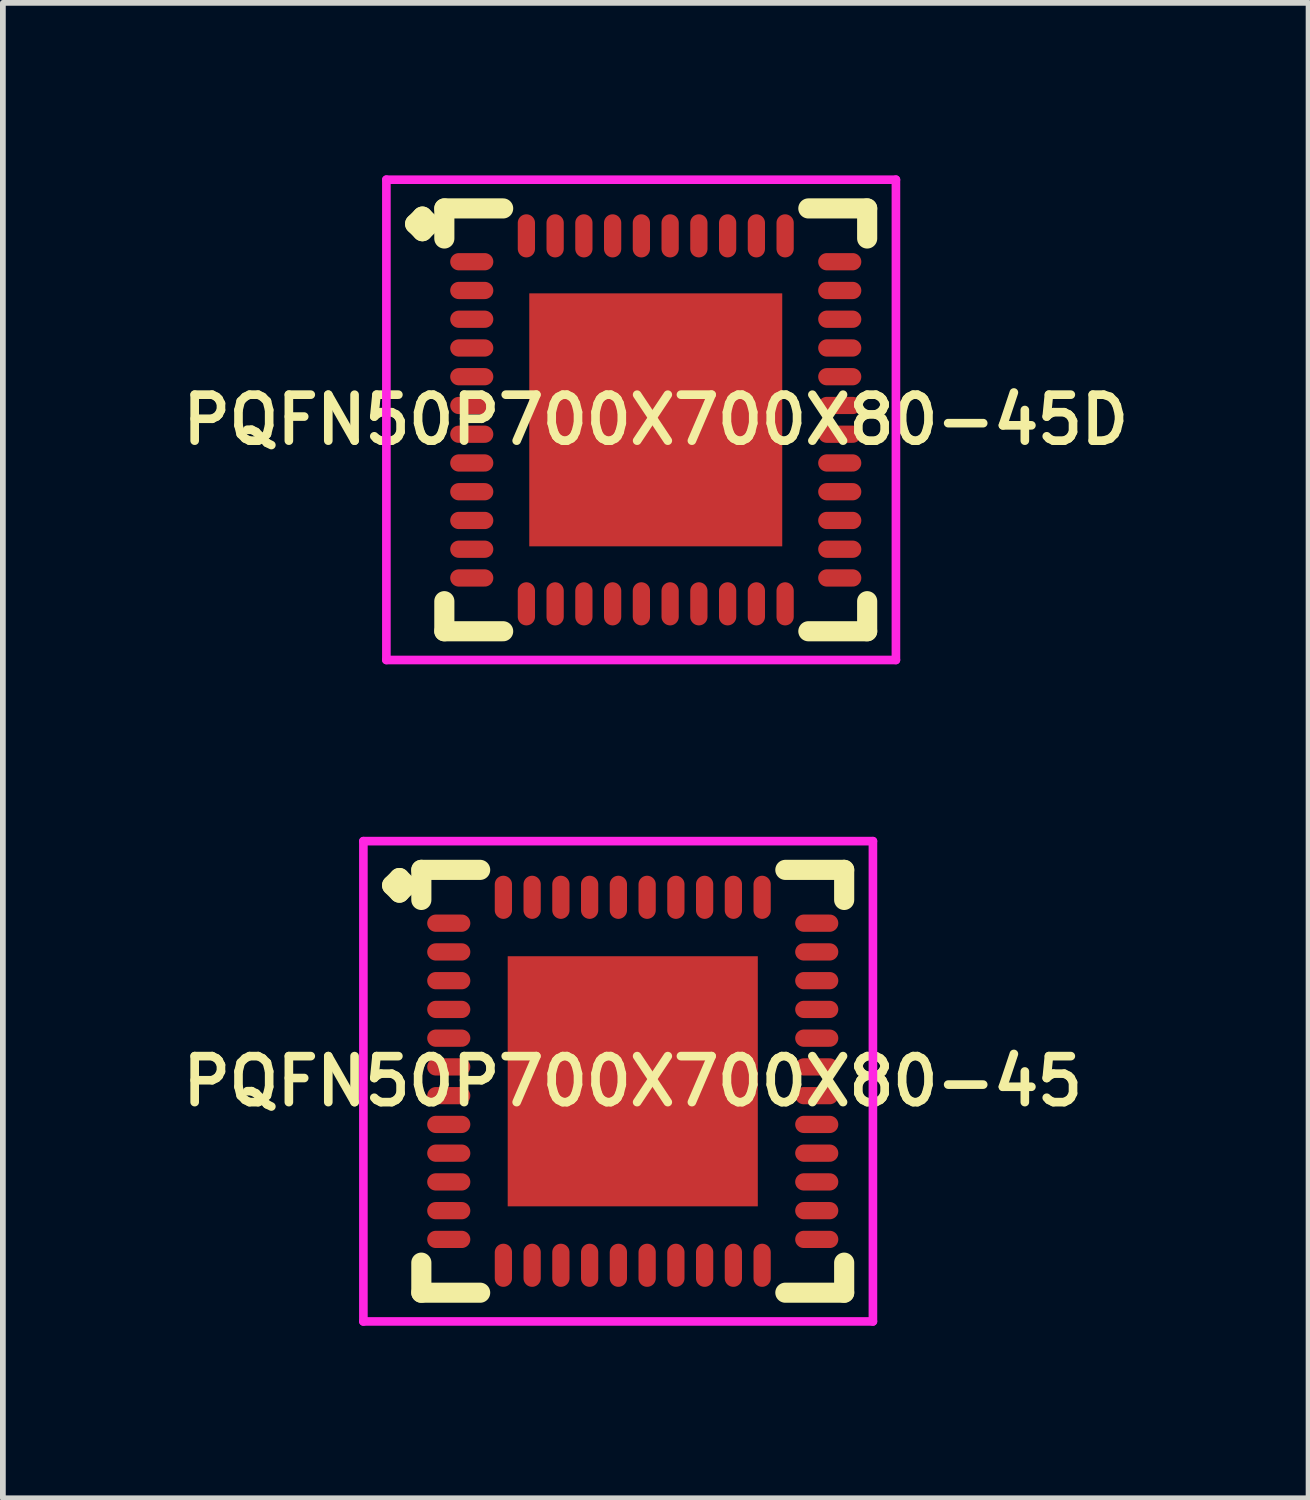
<source format=kicad_pcb>
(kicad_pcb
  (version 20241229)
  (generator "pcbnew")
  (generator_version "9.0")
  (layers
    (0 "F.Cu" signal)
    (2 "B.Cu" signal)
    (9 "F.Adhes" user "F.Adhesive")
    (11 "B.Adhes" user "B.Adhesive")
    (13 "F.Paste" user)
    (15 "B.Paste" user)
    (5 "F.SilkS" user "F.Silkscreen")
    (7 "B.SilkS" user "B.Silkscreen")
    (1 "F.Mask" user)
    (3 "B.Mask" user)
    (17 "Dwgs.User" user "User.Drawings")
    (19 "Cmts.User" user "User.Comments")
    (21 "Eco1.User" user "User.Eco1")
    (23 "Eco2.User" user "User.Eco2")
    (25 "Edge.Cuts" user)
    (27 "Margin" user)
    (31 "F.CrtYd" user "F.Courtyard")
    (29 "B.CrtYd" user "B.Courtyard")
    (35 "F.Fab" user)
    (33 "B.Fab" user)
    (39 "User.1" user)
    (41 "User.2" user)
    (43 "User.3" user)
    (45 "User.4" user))
  (footprint "PQFN50P700X700X80-45D"
    (layer "F.Cu")
    (at 8.355 4.252)
    (property "Reference" "PQFN50P700X700X80-45D" (at 0 0 0) (layer "F.SilkS") (effects (font (size 0.8 0.8) (thickness 0.15))))
    (attr smd)
    (fp_line (start -4.185 -3.408) (end -4.058 -3.535) (stroke (width 0.35) (type solid)) (layer "F.SilkS"))
    (fp_line (start -4.058 -3.535) (end -3.931 -3.408) (stroke (width 0.35) (type solid)) (layer "F.SilkS"))
    (fp_line (start -4.058 -3.281) (end -4.185 -3.408) (stroke (width 0.35) (type solid)) (layer "F.SilkS"))
    (fp_line (start -3.931 -3.408) (end -4.058 -3.281) (stroke (width 0.35) (type solid)) (layer "F.SilkS"))
    (fp_line (start -3.677 -3.677) (end -2.654 -3.677) (stroke (width 0.35) (type solid)) (layer "F.SilkS"))
    (fp_line (start -3.677 -3.154) (end -3.677 -3.677) (stroke (width 0.35) (type solid)) (layer "F.SilkS"))
    (fp_line (start -3.677 3.154) (end -3.677 3.677) (stroke (width 0.35) (type solid)) (layer "F.SilkS"))
    (fp_line (start -3.677 3.677) (end -2.654 3.677) (stroke (width 0.35) (type solid)) (layer "F.SilkS"))
    (fp_line (start 2.654 -3.677) (end 3.677 -3.677) (stroke (width 0.35) (type solid)) (layer "F.SilkS"))
    (fp_line (start 2.654 3.677) (end 3.677 3.677) (stroke (width 0.35) (type solid)) (layer "F.SilkS"))
    (fp_line (start 3.677 -3.677) (end 3.677 -3.154) (stroke (width 0.35) (type solid)) (layer "F.SilkS"))
    (fp_line (start 3.677 3.677) (end 3.677 3.154) (stroke (width 0.35) (type solid)) (layer "F.SilkS"))
    (fp_line (start -4.685 -4.177) (end 4.177 -4.177) (stroke (width 0.15) (type solid)) (layer "F.CrtYd"))
    (fp_line (start -4.685 4.177) (end -4.685 -4.177) (stroke (width 0.15) (type solid)) (layer "F.CrtYd"))
    (fp_line (start 4.177 -4.177) (end 4.177 4.177) (stroke (width 0.15) (type solid)) (layer "F.CrtYd"))
    (fp_line (start 4.177 4.177) (end -4.685 4.177) (stroke (width 0.15) (type solid)) (layer "F.CrtYd"))
    (pad "1" smd oval (at -3.2 -2.75) (size 0.75 0.3) (layers "F.Cu" "F.Mask" "F.Paste"))
    (pad "2" smd oval (at -3.2 -2.25) (size 0.75 0.3) (layers "F.Cu" "F.Mask" "F.Paste"))
    (pad "3" smd oval (at -3.2 -1.75) (size 0.75 0.3) (layers "F.Cu" "F.Mask" "F.Paste"))
    (pad "4" smd oval (at -3.2 -1.25) (size 0.75 0.3) (layers "F.Cu" "F.Mask" "F.Paste"))
    (pad "5" smd oval (at -3.2 -0.75) (size 0.75 0.3) (layers "F.Cu" "F.Mask" "F.Paste"))
    (pad "6" smd oval (at -3.2 -0.25) (size 0.75 0.3) (layers "F.Cu" "F.Mask" "F.Paste"))
    (pad "7" smd oval (at -3.2 0.25) (size 0.75 0.3) (layers "F.Cu" "F.Mask" "F.Paste"))
    (pad "8" smd oval (at -3.2 0.75) (size 0.75 0.3) (layers "F.Cu" "F.Mask" "F.Paste"))
    (pad "9" smd oval (at -3.2 1.25) (size 0.75 0.3) (layers "F.Cu" "F.Mask" "F.Paste"))
    (pad "10" smd oval (at -3.2 1.75) (size 0.75 0.3) (layers "F.Cu" "F.Mask" "F.Paste"))
    (pad "11" smd oval (at -3.2 2.25) (size 0.75 0.3) (layers "F.Cu" "F.Mask" "F.Paste"))
    (pad "12" smd oval (at -3.2 2.75) (size 0.75 0.3) (layers "F.Cu" "F.Mask" "F.Paste"))
    (pad "13" smd oval (at -2.25 3.2) (size 0.3 0.75) (layers "F.Cu" "F.Mask" "F.Paste"))
    (pad "14" smd oval (at -1.75 3.2) (size 0.3 0.75) (layers "F.Cu" "F.Mask" "F.Paste"))
    (pad "15" smd oval (at -1.25 3.2) (size 0.3 0.75) (layers "F.Cu" "F.Mask" "F.Paste"))
    (pad "16" smd oval (at -0.75 3.2) (size 0.3 0.75) (layers "F.Cu" "F.Mask" "F.Paste"))
    (pad "17" smd oval (at -0.25 3.2) (size 0.3 0.75) (layers "F.Cu" "F.Mask" "F.Paste"))
    (pad "18" smd oval (at 0.25 3.2) (size 0.3 0.75) (layers "F.Cu" "F.Mask" "F.Paste"))
    (pad "19" smd oval (at 0.75 3.2) (size 0.3 0.75) (layers "F.Cu" "F.Mask" "F.Paste"))
    (pad "20" smd oval (at 1.25 3.2) (size 0.3 0.75) (layers "F.Cu" "F.Mask" "F.Paste"))
    (pad "21" smd oval (at 1.75 3.2) (size 0.3 0.75) (layers "F.Cu" "F.Mask" "F.Paste"))
    (pad "22" smd oval (at 2.25 3.2) (size 0.3 0.75) (layers "F.Cu" "F.Mask" "F.Paste"))
    (pad "23" smd oval (at 3.2 2.75) (size 0.75 0.3) (layers "F.Cu" "F.Mask" "F.Paste"))
    (pad "24" smd oval (at 3.2 2.25) (size 0.75 0.3) (layers "F.Cu" "F.Mask" "F.Paste"))
    (pad "25" smd oval (at 3.2 1.75) (size 0.75 0.3) (layers "F.Cu" "F.Mask" "F.Paste"))
    (pad "26" smd oval (at 3.2 1.25) (size 0.75 0.3) (layers "F.Cu" "F.Mask" "F.Paste"))
    (pad "27" smd oval (at 3.2 0.75) (size 0.75 0.3) (layers "F.Cu" "F.Mask" "F.Paste"))
    (pad "28" smd oval (at 3.2 0.25) (size 0.75 0.3) (layers "F.Cu" "F.Mask" "F.Paste"))
    (pad "29" smd oval (at 3.2 -0.25) (size 0.75 0.3) (layers "F.Cu" "F.Mask" "F.Paste"))
    (pad "30" smd oval (at 3.2 -0.75) (size 0.75 0.3) (layers "F.Cu" "F.Mask" "F.Paste"))
    (pad "31" smd oval (at 3.2 -1.25) (size 0.75 0.3) (layers "F.Cu" "F.Mask" "F.Paste"))
    (pad "32" smd oval (at 3.2 -1.75) (size 0.75 0.3) (layers "F.Cu" "F.Mask" "F.Paste"))
    (pad "33" smd oval (at 3.2 -2.25) (size 0.75 0.3) (layers "F.Cu" "F.Mask" "F.Paste"))
    (pad "34" smd oval (at 3.2 -2.75) (size 0.75 0.3) (layers "F.Cu" "F.Mask" "F.Paste"))
    (pad "35" smd oval (at 2.25 -3.2) (size 0.3 0.75) (layers "F.Cu" "F.Mask" "F.Paste"))
    (pad "36" smd oval (at 1.75 -3.2) (size 0.3 0.75) (layers "F.Cu" "F.Mask" "F.Paste"))
    (pad "37" smd oval (at 1.25 -3.2) (size 0.3 0.75) (layers "F.Cu" "F.Mask" "F.Paste"))
    (pad "38" smd oval (at 0.75 -3.2) (size 0.3 0.75) (layers "F.Cu" "F.Mask" "F.Paste"))
    (pad "39" smd oval (at 0.25 -3.2) (size 0.3 0.75) (layers "F.Cu" "F.Mask" "F.Paste"))
    (pad "40" smd oval (at -0.25 -3.2) (size 0.3 0.75) (layers "F.Cu" "F.Mask" "F.Paste"))
    (pad "41" smd oval (at -0.75 -3.2) (size 0.3 0.75) (layers "F.Cu" "F.Mask" "F.Paste"))
    (pad "42" smd oval (at -1.25 -3.2) (size 0.3 0.75) (layers "F.Cu" "F.Mask" "F.Paste"))
    (pad "43" smd oval (at -1.75 -3.2) (size 0.3 0.75) (layers "F.Cu" "F.Mask" "F.Paste"))
    (pad "44" smd oval (at -2.25 -3.2) (size 0.3 0.75) (layers "F.Cu" "F.Mask" "F.Paste"))
    (pad "45" smd rect (at 0 0) (size 4.4 4.4) (layers "F.Cu" "F.Mask" "F.Paste")))
  (footprint "PQFN50P700X700X80-45"
    (layer "F.Cu")
    (at 7.955 15.756)
    (property "Reference" "PQFN50P700X700X80-45" (at 0 0 0) (layer "F.SilkS") (effects (font (size 0.8 0.8) (thickness 0.15))))
    (attr smd)
    (fp_line (start -4.185 -3.408) (end -4.058 -3.535) (stroke (width 0.35) (type solid)) (layer "F.SilkS"))
    (fp_line (start -4.058 -3.535) (end -3.931 -3.408) (stroke (width 0.35) (type solid)) (layer "F.SilkS"))
    (fp_line (start -4.058 -3.281) (end -4.185 -3.408) (stroke (width 0.35) (type solid)) (layer "F.SilkS"))
    (fp_line (start -3.931 -3.408) (end -4.058 -3.281) (stroke (width 0.35) (type solid)) (layer "F.SilkS"))
    (fp_line (start -3.677 -3.677) (end -2.654 -3.677) (stroke (width 0.35) (type solid)) (layer "F.SilkS"))
    (fp_line (start -3.677 -3.154) (end -3.677 -3.677) (stroke (width 0.35) (type solid)) (layer "F.SilkS"))
    (fp_line (start -3.677 3.154) (end -3.677 3.677) (stroke (width 0.35) (type solid)) (layer "F.SilkS"))
    (fp_line (start -3.677 3.677) (end -2.654 3.677) (stroke (width 0.35) (type solid)) (layer "F.SilkS"))
    (fp_line (start 2.654 -3.677) (end 3.677 -3.677) (stroke (width 0.35) (type solid)) (layer "F.SilkS"))
    (fp_line (start 2.654 3.677) (end 3.677 3.677) (stroke (width 0.35) (type solid)) (layer "F.SilkS"))
    (fp_line (start 3.677 -3.677) (end 3.677 -3.154) (stroke (width 0.35) (type solid)) (layer "F.SilkS"))
    (fp_line (start 3.677 3.677) (end 3.677 3.154) (stroke (width 0.35) (type solid)) (layer "F.SilkS"))
    (fp_line (start -4.685 -4.177) (end 4.177 -4.177) (stroke (width 0.15) (type solid)) (layer "F.CrtYd"))
    (fp_line (start -4.685 4.177) (end -4.685 -4.177) (stroke (width 0.15) (type solid)) (layer "F.CrtYd"))
    (fp_line (start 4.177 -4.177) (end 4.177 4.177) (stroke (width 0.15) (type solid)) (layer "F.CrtYd"))
    (fp_line (start 4.177 4.177) (end -4.685 4.177) (stroke (width 0.15) (type solid)) (layer "F.CrtYd"))
    (pad "1" smd oval (at -3.2 -2.75) (size 0.75 0.3) (layers "F.Cu" "F.Mask" "F.Paste"))
    (pad "2" smd oval (at -3.2 -2.25) (size 0.75 0.3) (layers "F.Cu" "F.Mask" "F.Paste"))
    (pad "3" smd oval (at -3.2 -1.75) (size 0.75 0.3) (layers "F.Cu" "F.Mask" "F.Paste"))
    (pad "4" smd oval (at -3.2 -1.25) (size 0.75 0.3) (layers "F.Cu" "F.Mask" "F.Paste"))
    (pad "5" smd oval (at -3.2 -0.75) (size 0.75 0.3) (layers "F.Cu" "F.Mask" "F.Paste"))
    (pad "6" smd oval (at -3.2 -0.25) (size 0.75 0.3) (layers "F.Cu" "F.Mask" "F.Paste"))
    (pad "7" smd oval (at -3.2 0.25) (size 0.75 0.3) (layers "F.Cu" "F.Mask" "F.Paste"))
    (pad "8" smd oval (at -3.2 0.75) (size 0.75 0.3) (layers "F.Cu" "F.Mask" "F.Paste"))
    (pad "9" smd oval (at -3.2 1.25) (size 0.75 0.3) (layers "F.Cu" "F.Mask" "F.Paste"))
    (pad "10" smd oval (at -3.2 1.75) (size 0.75 0.3) (layers "F.Cu" "F.Mask" "F.Paste"))
    (pad "11" smd oval (at -3.2 2.25) (size 0.75 0.3) (layers "F.Cu" "F.Mask" "F.Paste"))
    (pad "12" smd oval (at -3.2 2.75) (size 0.75 0.3) (layers "F.Cu" "F.Mask" "F.Paste"))
    (pad "13" smd oval (at -2.25 3.2) (size 0.3 0.75) (layers "F.Cu" "F.Mask" "F.Paste"))
    (pad "14" smd oval (at -1.75 3.2) (size 0.3 0.75) (layers "F.Cu" "F.Mask" "F.Paste"))
    (pad "15" smd oval (at -1.25 3.2) (size 0.3 0.75) (layers "F.Cu" "F.Mask" "F.Paste"))
    (pad "16" smd oval (at -0.75 3.2) (size 0.3 0.75) (layers "F.Cu" "F.Mask" "F.Paste"))
    (pad "17" smd oval (at -0.25 3.2) (size 0.3 0.75) (layers "F.Cu" "F.Mask" "F.Paste"))
    (pad "18" smd oval (at 0.25 3.2) (size 0.3 0.75) (layers "F.Cu" "F.Mask" "F.Paste"))
    (pad "19" smd oval (at 0.75 3.2) (size 0.3 0.75) (layers "F.Cu" "F.Mask" "F.Paste"))
    (pad "20" smd oval (at 1.25 3.2) (size 0.3 0.75) (layers "F.Cu" "F.Mask" "F.Paste"))
    (pad "21" smd oval (at 1.75 3.2) (size 0.3 0.75) (layers "F.Cu" "F.Mask" "F.Paste"))
    (pad "22" smd oval (at 2.25 3.2) (size 0.3 0.75) (layers "F.Cu" "F.Mask" "F.Paste"))
    (pad "23" smd oval (at 3.2 2.75) (size 0.75 0.3) (layers "F.Cu" "F.Mask" "F.Paste"))
    (pad "24" smd oval (at 3.2 2.25) (size 0.75 0.3) (layers "F.Cu" "F.Mask" "F.Paste"))
    (pad "25" smd oval (at 3.2 1.75) (size 0.75 0.3) (layers "F.Cu" "F.Mask" "F.Paste"))
    (pad "26" smd oval (at 3.2 1.25) (size 0.75 0.3) (layers "F.Cu" "F.Mask" "F.Paste"))
    (pad "27" smd oval (at 3.2 0.75) (size 0.75 0.3) (layers "F.Cu" "F.Mask" "F.Paste"))
    (pad "28" smd oval (at 3.2 0.25) (size 0.75 0.3) (layers "F.Cu" "F.Mask" "F.Paste"))
    (pad "29" smd oval (at 3.2 -0.25) (size 0.75 0.3) (layers "F.Cu" "F.Mask" "F.Paste"))
    (pad "30" smd oval (at 3.2 -0.75) (size 0.75 0.3) (layers "F.Cu" "F.Mask" "F.Paste"))
    (pad "31" smd oval (at 3.2 -1.25) (size 0.75 0.3) (layers "F.Cu" "F.Mask" "F.Paste"))
    (pad "32" smd oval (at 3.2 -1.75) (size 0.75 0.3) (layers "F.Cu" "F.Mask" "F.Paste"))
    (pad "33" smd oval (at 3.2 -2.25) (size 0.75 0.3) (layers "F.Cu" "F.Mask" "F.Paste"))
    (pad "34" smd oval (at 3.2 -2.75) (size 0.75 0.3) (layers "F.Cu" "F.Mask" "F.Paste"))
    (pad "35" smd oval (at 2.25 -3.2) (size 0.3 0.75) (layers "F.Cu" "F.Mask" "F.Paste"))
    (pad "36" smd oval (at 1.75 -3.2) (size 0.3 0.75) (layers "F.Cu" "F.Mask" "F.Paste"))
    (pad "37" smd oval (at 1.25 -3.2) (size 0.3 0.75) (layers "F.Cu" "F.Mask" "F.Paste"))
    (pad "38" smd oval (at 0.75 -3.2) (size 0.3 0.75) (layers "F.Cu" "F.Mask" "F.Paste"))
    (pad "39" smd oval (at 0.25 -3.2) (size 0.3 0.75) (layers "F.Cu" "F.Mask" "F.Paste"))
    (pad "40" smd oval (at -0.25 -3.2) (size 0.3 0.75) (layers "F.Cu" "F.Mask" "F.Paste"))
    (pad "41" smd oval (at -0.75 -3.2) (size 0.3 0.75) (layers "F.Cu" "F.Mask" "F.Paste"))
    (pad "42" smd oval (at -1.25 -3.2) (size 0.3 0.75) (layers "F.Cu" "F.Mask" "F.Paste"))
    (pad "43" smd oval (at -1.75 -3.2) (size 0.3 0.75) (layers "F.Cu" "F.Mask" "F.Paste"))
    (pad "44" smd oval (at -2.25 -3.2) (size 0.3 0.75) (layers "F.Cu" "F.Mask" "F.Paste"))
    (pad "45" smd rect (at 0 0) (size 4.35 4.35) (layers "F.Cu" "F.Mask" "F.Paste")))
  (gr_rect
    (start -3 -3)
    (end 19.709 23.008)
    (stroke (width 0.1) (type default))
    (fill no)
    (layer "Edge.Cuts")))
</source>
